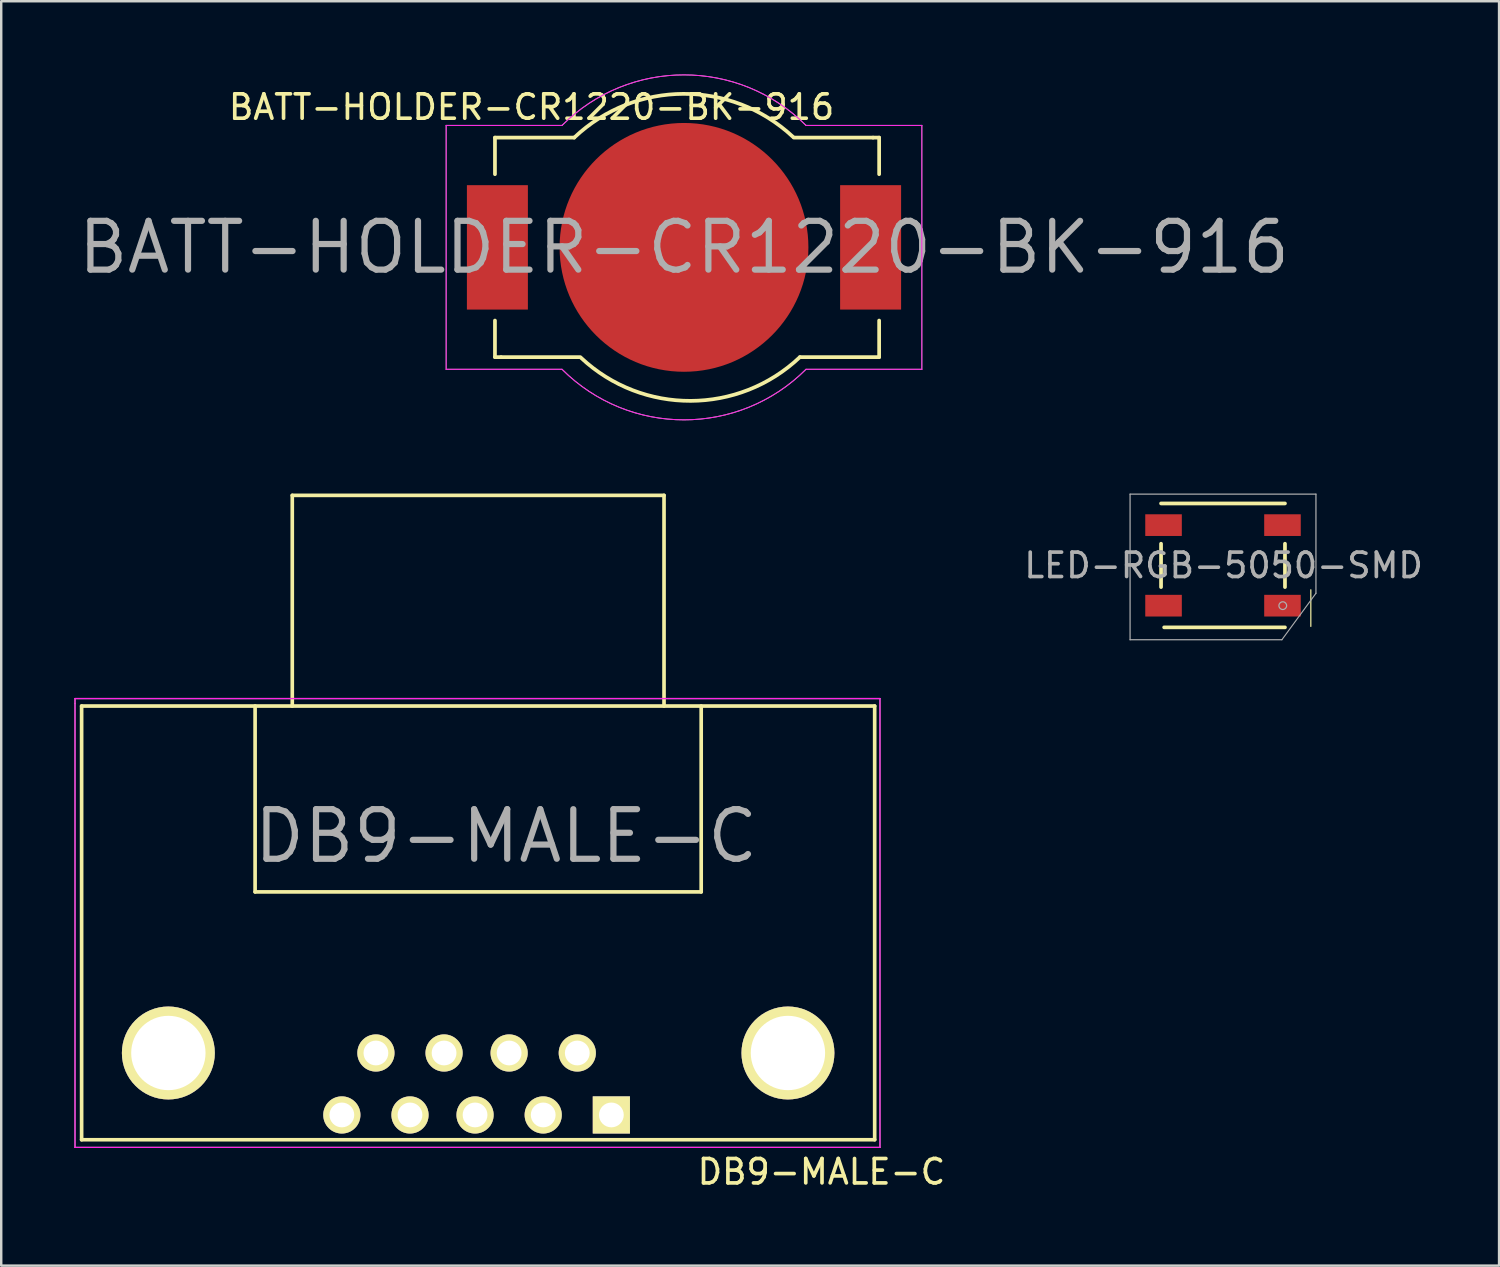
<source format=kicad_pcb>
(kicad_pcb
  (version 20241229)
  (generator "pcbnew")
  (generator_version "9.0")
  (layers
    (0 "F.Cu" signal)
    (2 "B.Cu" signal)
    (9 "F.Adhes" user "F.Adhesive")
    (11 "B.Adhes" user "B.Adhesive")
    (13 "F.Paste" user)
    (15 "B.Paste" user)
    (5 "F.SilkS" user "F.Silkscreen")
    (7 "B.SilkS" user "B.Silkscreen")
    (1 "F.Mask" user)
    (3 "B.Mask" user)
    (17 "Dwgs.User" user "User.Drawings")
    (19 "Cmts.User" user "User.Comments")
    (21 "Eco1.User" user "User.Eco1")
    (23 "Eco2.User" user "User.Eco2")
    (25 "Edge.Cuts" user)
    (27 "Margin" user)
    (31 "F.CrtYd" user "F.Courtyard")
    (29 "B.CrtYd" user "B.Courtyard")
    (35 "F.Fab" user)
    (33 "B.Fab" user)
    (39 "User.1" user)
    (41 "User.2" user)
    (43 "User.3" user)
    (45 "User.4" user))
  (footprint "DB9-MALE-C"
    (layer "F.Cu")
    (at 16.425 41.388)
    (property "Reference" "DB9-MALE-C" (at 1.27 -10.16 0) (layer "F.Fab") (effects (font (size 2.032 2.032) (thickness 0.254))))
    (attr through_hole)
    (fp_line (start -16.129 -15.494) (end -16.129 2.286) (stroke (width 0.15) (type solid)) (layer "F.SilkS"))
    (fp_line (start -16.129 2.286) (end 16.383 2.286) (stroke (width 0.15) (type solid)) (layer "F.SilkS"))
    (fp_line (start -9.017 -15.494) (end -9.017 -7.874) (stroke (width 0.15) (type solid)) (layer "F.SilkS"))
    (fp_line (start -9.017 -7.874) (end 9.271 -7.874) (stroke (width 0.15) (type solid)) (layer "F.SilkS"))
    (fp_line (start -7.493 -24.13) (end 7.747 -24.13) (stroke (width 0.15) (type solid)) (layer "F.SilkS"))
    (fp_line (start -7.493 -15.494) (end -7.493 -24.13) (stroke (width 0.15) (type solid)) (layer "F.SilkS"))
    (fp_line (start 7.747 -24.13) (end 7.747 -15.494) (stroke (width 0.15) (type solid)) (layer "F.SilkS"))
    (fp_line (start 9.271 -7.874) (end 9.271 -15.494) (stroke (width 0.15) (type solid)) (layer "F.SilkS"))
    (fp_line (start 16.383 -15.494) (end -16.129 -15.494) (stroke (width 0.15) (type solid)) (layer "F.SilkS"))
    (fp_line (start 16.383 2.286) (end 16.383 -15.494) (stroke (width 0.15) (type solid)) (layer "F.SilkS"))
    (fp_line (start -16.4 -15.8) (end 16.6 -15.8) (stroke (width 0.051) (type solid)) (layer "F.CrtYd"))
    (fp_line (start -16.4 2.6) (end -16.4 -15.8) (stroke (width 0.051) (type solid)) (layer "F.CrtYd"))
    (fp_line (start 16.6 -15.8) (end 16.6 2.6) (stroke (width 0.051) (type solid)) (layer "F.CrtYd"))
    (fp_line (start 16.6 2.6) (end -16.4 2.6) (stroke (width 0.051) (type solid)) (layer "F.CrtYd"))
    (fp_line (start -16.4 -15.8) (end 16.6 -15.8) (stroke (width 0.051) (type solid)) (layer "F.Fab"))
    (fp_line (start -16.4 -15.6) (end -16.4 -15.8) (stroke (width 0.051) (type solid)) (layer "F.Fab"))
    (fp_line (start -16.4 2.6) (end -16.4 -15.6) (stroke (width 0.051) (type solid)) (layer "F.Fab"))
    (fp_line (start 16.6 -15.8) (end 16.6 2.6) (stroke (width 0.051) (type solid)) (layer "F.Fab"))
    (fp_line (start 16.6 2.6) (end -16.4 2.6) (stroke (width 0.051) (type solid)) (layer "F.Fab"))
    (fp_text user "${REFERENCE}" (at 14.2 3.6 0) (layer "F.SilkS") (effects (font (size 1 1) (thickness 0.15))))
    (pad "" thru_hole circle (at -12.573 -1.27) (size 3.81 3.81) (drill 3.048) (layers "*.Cu" "*.Mask" "F.SilkS"))
    (pad "" thru_hole circle (at 12.827 -1.27) (size 3.81 3.81) (drill 3.048) (layers "*.Cu" "*.Mask" "F.SilkS"))
    (pad "1" thru_hole rect (at 5.588 1.27) (size 1.524 1.524) (drill 1.016) (layers "*.Cu" "*.Mask" "F.SilkS"))
    (pad "2" thru_hole circle (at 2.794 1.27) (size 1.524 1.524) (drill 1.016) (layers "*.Cu" "*.Mask" "F.SilkS"))
    (pad "3" thru_hole circle (at 0 1.27) (size 1.524 1.524) (drill 1.016) (layers "*.Cu" "*.Mask" "F.SilkS"))
    (pad "4" thru_hole circle (at -2.667 1.27) (size 1.524 1.524) (drill 1.016) (layers "*.Cu" "*.Mask" "F.SilkS"))
    (pad "5" thru_hole circle (at -5.461 1.27) (size 1.524 1.524) (drill 1.016) (layers "*.Cu" "*.Mask" "F.SilkS"))
    (pad "6" thru_hole circle (at 4.191 -1.27) (size 1.524 1.524) (drill 1.016) (layers "*.Cu" "*.Mask" "F.SilkS"))
    (pad "7" thru_hole circle (at 1.397 -1.27) (size 1.524 1.524) (drill 1.016) (layers "*.Cu" "*.Mask" "F.SilkS"))
    (pad "8" thru_hole circle (at -1.27 -1.27) (size 1.524 1.524) (drill 1.016) (layers "*.Cu" "*.Mask" "F.SilkS"))
    (pad "9" thru_hole circle (at -4.064 -1.27) (size 1.524 1.524) (drill 1.016) (layers "*.Cu" "*.Mask" "F.SilkS")))
  (footprint "BATT-HOLDER-CR1220-BK-916"
    (layer "F.Cu")
    (at 24.991 7.091)
    (property "Reference" "BATT-HOLDER-CR1220-BK-916" (at 0 0 0) (layer "F.Fab") (effects (font (size 2 2) (thickness 0.254))))
    (attr through_hole)
    (fp_line (start -7.75 -4.5) (end -7.75 -3) (stroke (width 0.152) (type solid)) (layer "F.SilkS"))
    (fp_line (start -7.75 4.5) (end -7.75 3) (stroke (width 0.152) (type solid)) (layer "F.SilkS"))
    (fp_line (start -7.5 4.5) (end -7.75 4.5) (stroke (width 0.152) (type solid)) (layer "F.SilkS"))
    (fp_line (start -4.5 -4.5) (end -7.75 -4.5) (stroke (width 0.152) (type solid)) (layer "F.SilkS"))
    (fp_line (start -4.25 4.5) (end -7.5 4.5) (stroke (width 0.152) (type solid)) (layer "F.SilkS"))
    (fp_line (start 4.5 -4.5) (end 7.75 -4.5) (stroke (width 0.152) (type solid)) (layer "F.SilkS"))
    (fp_line (start 4.75 4.5) (end 8 4.5) (stroke (width 0.152) (type solid)) (layer "F.SilkS"))
    (fp_line (start 7.75 -4.5) (end 8 -4.5) (stroke (width 0.152) (type solid)) (layer "F.SilkS"))
    (fp_line (start 8 -4.5) (end 8 -3) (stroke (width 0.152) (type solid)) (layer "F.SilkS"))
    (fp_line (start 8 4.5) (end 8 3) (stroke (width 0.152) (type solid)) (layer "F.SilkS"))
    (fp_arc (start -4.5 -4.5) (mid -0.024369 -6.293081) (end 4.464494 -4.533387) (stroke (width 0.1524) (type solid)) (layer "F.SilkS"))
    (fp_arc (start 4.75 4.5) (mid 0.274369 6.293081) (end -4.214494 4.533387) (stroke (width 0.1524) (type solid)) (layer "F.SilkS"))
    (fp_line (start -9.75 -5) (end -5 -5) (stroke (width 0.041) (type solid)) (layer "F.CrtYd"))
    (fp_line (start -9.75 5) (end -9.75 -5) (stroke (width 0.041) (type solid)) (layer "F.CrtYd"))
    (fp_line (start -9.75 5) (end -5 5) (stroke (width 0.041) (type solid)) (layer "F.CrtYd"))
    (fp_line (start 9.75 -5) (end 5 -5) (stroke (width 0.041) (type solid)) (layer "F.CrtYd"))
    (fp_line (start 9.75 -5) (end 9.75 5) (stroke (width 0.041) (type solid)) (layer "F.CrtYd"))
    (fp_line (start 9.75 5) (end 5 5) (stroke (width 0.041) (type solid)) (layer "F.CrtYd"))
    (fp_arc (start -5 -5) (mid 0 -7.071068) (end 5 -5) (stroke (width 0.04064) (type solid)) (layer "F.CrtYd"))
    (fp_arc (start 5 5) (mid 0 7.071068) (end -5 5) (stroke (width 0.04064) (type solid)) (layer "F.CrtYd"))
    (fp_line (start -9.75 -5) (end -5 -5) (stroke (width 0.041) (type solid)) (layer "F.Fab"))
    (fp_line (start -9.75 5) (end -9.75 -5) (stroke (width 0.041) (type solid)) (layer "F.Fab"))
    (fp_line (start -9.75 5) (end -5 5) (stroke (width 0.041) (type solid)) (layer "F.Fab"))
    (fp_line (start 9.75 -5) (end 5 -5) (stroke (width 0.041) (type solid)) (layer "F.Fab"))
    (fp_line (start 9.75 -5) (end 9.75 5) (stroke (width 0.041) (type solid)) (layer "F.Fab"))
    (fp_line (start 9.75 5) (end 5 5) (stroke (width 0.041) (type solid)) (layer "F.Fab"))
    (fp_arc (start -5 -5) (mid 0 -7.071068) (end 5 -5) (stroke (width 0.04064) (type solid)) (layer "F.Fab"))
    (fp_arc (start 5 5) (mid 0 7.071068) (end -5 5) (stroke (width 0.04064) (type solid)) (layer "F.Fab"))
    (fp_text user "${REFERENCE}" (at -6.25 -5.75 0) (layer "F.SilkS") (effects (font (size 1 1) (thickness 0.15))))
    (pad "1" smd rect (at -7.65 0) (size 2.5 5.1) (layers "F.Cu" "F.Mask" "F.Paste"))
    (pad "1" smd rect (at 7.65 0) (size 2.5 5.1) (layers "F.Cu" "F.Mask" "F.Paste"))
    (pad "GND" smd circle (at 0 0) (size 10.2 10.2) (layers "F.Cu" "F.Mask")))
  (footprint "LED-RGB-5050-SMD"
    (layer "F.Cu")
    (at 47.088 20.129)
    (property "Reference" "LED-RGB-5050-SMD" (at 0.025 0 0) (layer "F.Fab") (effects (font (size 1 1) (thickness 0.15))))
    (attr through_hole)
    (fp_line (start -2.54 -2.54) (end 2.54 -2.54) (stroke (width 0.152) (type solid)) (layer "F.SilkS"))
    (fp_line (start -2.54 -0.889) (end -2.54 0.889) (stroke (width 0.152) (type solid)) (layer "F.SilkS"))
    (fp_line (start 2.54 -0.889) (end 2.54 0.889) (stroke (width 0.152) (type solid)) (layer "F.SilkS"))
    (fp_line (start 2.54 2.54) (end -2.413 2.54) (stroke (width 0.152) (type solid)) (layer "F.SilkS"))
    (fp_line (start 3.6 1) (end 3.6 2.5) (stroke (width 0.05) (type solid)) (layer "F.SilkS"))
    (fp_line (start -3.81 -2.921) (end -3.81 3.048) (stroke (width 0.05) (type solid)) (layer "F.Fab"))
    (fp_line (start -3.81 3.048) (end 2.413 3.048) (stroke (width 0.05) (type solid)) (layer "F.Fab"))
    (fp_line (start 2.413 3.048) (end 3.81 1.143) (stroke (width 0.046) (type solid)) (layer "F.Fab"))
    (fp_line (start 3.81 -2.921) (end -3.81 -2.921) (stroke (width 0.05) (type solid)) (layer "F.Fab"))
    (fp_line (start 3.81 1.143) (end 3.81 -2.921) (stroke (width 0.05) (type solid)) (layer "F.Fab"))
    (fp_circle (center 2.45 1.65) (end 2.5 1.8) (stroke (width 0.05) (type solid)) (fill no) (layer "F.Fab"))
    (pad "1" smd rect (at 2.438 1.651) (size 1.499 0.889) (layers "F.Cu" "F.Mask" "F.Paste"))
    (pad "2" smd rect (at 2.438 -1.651) (size 1.499 0.889) (layers "F.Cu" "F.Mask" "F.Paste"))
    (pad "3" smd rect (at -2.438 -1.651) (size 1.499 0.889) (layers "F.Cu" "F.Mask" "F.Paste"))
    (pad "4" smd rect (at -2.438 1.651) (size 1.499 0.889) (layers "F.Cu" "F.Mask" "F.Paste")))
  (gr_rect
    (start -3 -3)
    (end 58.405 48.836)
    (stroke (width 0.1) (type default))
    (fill no)
    (layer "Edge.Cuts")))
</source>
